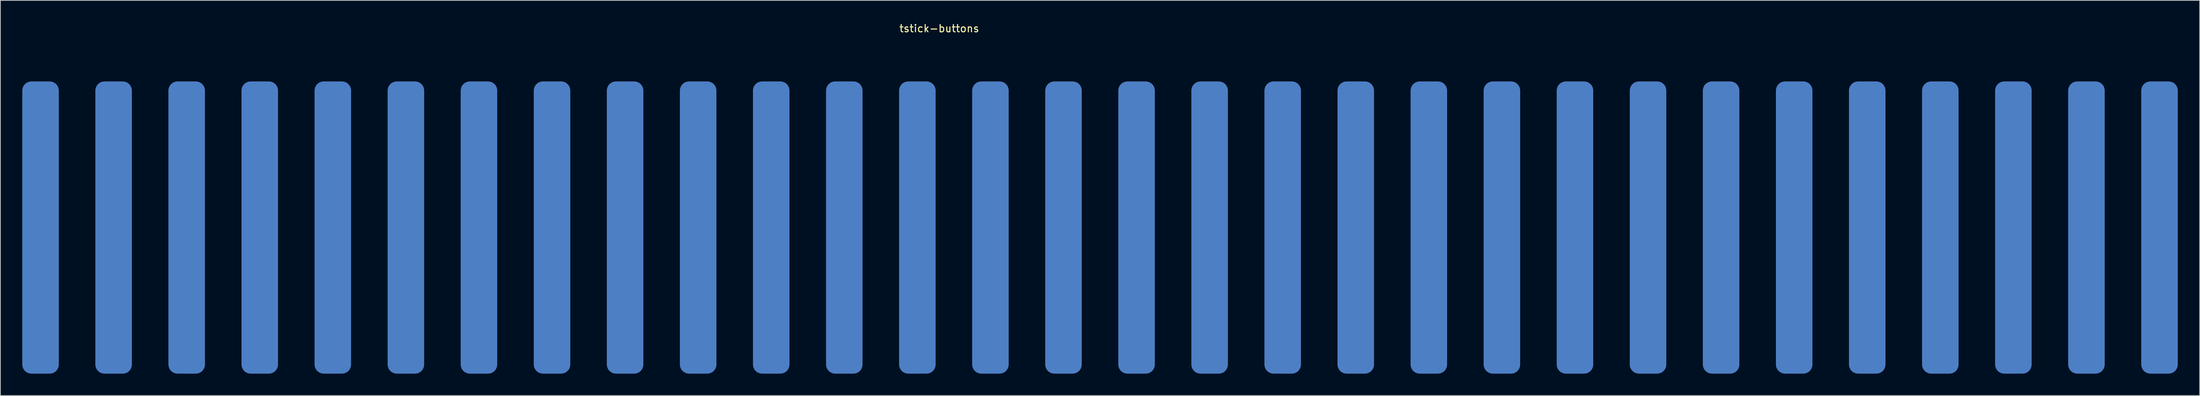
<source format=kicad_pcb>
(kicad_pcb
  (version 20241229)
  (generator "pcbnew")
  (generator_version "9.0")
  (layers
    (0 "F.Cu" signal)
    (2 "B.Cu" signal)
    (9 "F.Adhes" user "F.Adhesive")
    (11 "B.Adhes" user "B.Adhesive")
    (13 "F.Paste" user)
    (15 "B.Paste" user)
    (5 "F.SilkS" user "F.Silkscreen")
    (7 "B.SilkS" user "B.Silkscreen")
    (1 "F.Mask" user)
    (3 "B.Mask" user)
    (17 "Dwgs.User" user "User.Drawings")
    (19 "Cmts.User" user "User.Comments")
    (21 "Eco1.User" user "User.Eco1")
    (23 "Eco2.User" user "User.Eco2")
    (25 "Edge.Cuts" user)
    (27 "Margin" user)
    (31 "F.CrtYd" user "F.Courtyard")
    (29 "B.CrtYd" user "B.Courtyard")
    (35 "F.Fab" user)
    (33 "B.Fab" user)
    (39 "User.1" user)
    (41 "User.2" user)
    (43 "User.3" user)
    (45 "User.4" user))
  (footprint "tstick-buttons"
    (layer "F.Cu")
    (at 2.5 28.098)
    (property "Reference" "tstick-buttons" (at 123 -27.25 0) (unlocked yes) (layer "F.SilkS") (effects (font (size 1 1) (thickness 0.15))))
    (attr smd)
    (pad "1" smd roundrect (at 0 0) (size 5 40) (layers "B.Cu" "B.Mask" "B.Paste") (roundrect_rratio 0.25))
    (pad "2" smd roundrect (at 10 0) (size 5 40) (layers "B.Cu" "B.Mask" "B.Paste") (roundrect_rratio 0.25))
    (pad "3" smd roundrect (at 20 0) (size 5 40) (layers "B.Cu" "B.Mask" "B.Paste") (roundrect_rratio 0.25))
    (pad "4" smd roundrect (at 30 0) (size 5 40) (layers "B.Cu" "B.Mask" "B.Paste") (roundrect_rratio 0.25))
    (pad "5" smd roundrect (at 40 0) (size 5 40) (layers "B.Cu" "B.Mask" "B.Paste") (roundrect_rratio 0.25))
    (pad "6" smd roundrect (at 50 0) (size 5 40) (layers "B.Cu" "B.Mask" "B.Paste") (roundrect_rratio 0.25))
    (pad "7" smd roundrect (at 60 0) (size 5 40) (layers "B.Cu" "B.Mask" "B.Paste") (roundrect_rratio 0.25))
    (pad "8" smd roundrect (at 70 0) (size 5 40) (layers "B.Cu" "B.Mask" "B.Paste") (roundrect_rratio 0.25))
    (pad "9" smd roundrect (at 80 0) (size 5 40) (layers "B.Cu" "B.Mask" "B.Paste") (roundrect_rratio 0.25))
    (pad "10" smd roundrect (at 90 0) (size 5 40) (layers "B.Cu" "B.Mask" "B.Paste") (roundrect_rratio 0.25))
    (pad "11" smd roundrect (at 100 0) (size 5 40) (layers "B.Cu" "B.Mask" "B.Paste") (roundrect_rratio 0.25))
    (pad "12" smd roundrect (at 110 0) (size 5 40) (layers "B.Cu" "B.Mask" "B.Paste") (roundrect_rratio 0.25))
    (pad "13" smd roundrect (at 120 0) (size 5 40) (layers "B.Cu" "B.Mask" "B.Paste") (roundrect_rratio 0.25))
    (pad "14" smd roundrect (at 130 0) (size 5 40) (layers "B.Cu" "B.Mask" "B.Paste") (roundrect_rratio 0.25))
    (pad "15" smd roundrect (at 140 0) (size 5 40) (layers "B.Cu" "B.Mask" "B.Paste") (roundrect_rratio 0.25))
    (pad "16" smd roundrect (at 150 0) (size 5 40) (layers "B.Cu" "B.Mask" "B.Paste") (roundrect_rratio 0.25))
    (pad "17" smd roundrect (at 160 0) (size 5 40) (layers "B.Cu" "B.Mask" "B.Paste") (roundrect_rratio 0.25))
    (pad "18" smd roundrect (at 170 0) (size 5 40) (layers "B.Cu" "B.Mask" "B.Paste") (roundrect_rratio 0.25))
    (pad "19" smd roundrect (at 180 0) (size 5 40) (layers "B.Cu" "B.Mask" "B.Paste") (roundrect_rratio 0.25))
    (pad "20" smd roundrect (at 190 0) (size 5 40) (layers "B.Cu" "B.Mask" "B.Paste") (roundrect_rratio 0.25))
    (pad "21" smd roundrect (at 200 0) (size 5 40) (layers "B.Cu" "B.Mask" "B.Paste") (roundrect_rratio 0.25))
    (pad "22" smd roundrect (at 210 0) (size 5 40) (layers "B.Cu" "B.Mask" "B.Paste") (roundrect_rratio 0.25))
    (pad "23" smd roundrect (at 220 0) (size 5 40) (layers "B.Cu" "B.Mask" "B.Paste") (roundrect_rratio 0.25))
    (pad "24" smd roundrect (at 230 0) (size 5 40) (layers "B.Cu" "B.Mask" "B.Paste") (roundrect_rratio 0.25))
    (pad "25" smd roundrect (at 240 0) (size 5 40) (layers "B.Cu" "B.Mask" "B.Paste") (roundrect_rratio 0.25))
    (pad "26" smd roundrect (at 250 0) (size 5 40) (layers "B.Cu" "B.Mask" "B.Paste") (roundrect_rratio 0.25))
    (pad "27" smd roundrect (at 260 0) (size 5 40) (layers "B.Cu" "B.Mask" "B.Paste") (roundrect_rratio 0.25))
    (pad "28" smd roundrect (at 270 0) (size 5 40) (layers "B.Cu" "B.Mask" "B.Paste") (roundrect_rratio 0.25))
    (pad "29" smd roundrect (at 280 0) (size 5 40) (layers "B.Cu" "B.Mask" "B.Paste") (roundrect_rratio 0.25))
    (pad "30" smd roundrect (at 290 0) (size 5 40) (layers "B.Cu" "B.Mask" "B.Paste") (roundrect_rratio 0.25)))
  (gr_rect
    (start -3 -3)
    (end 298 51.098)
    (stroke (width 0.1) (type default))
    (fill no)
    (layer "Edge.Cuts")))
</source>
